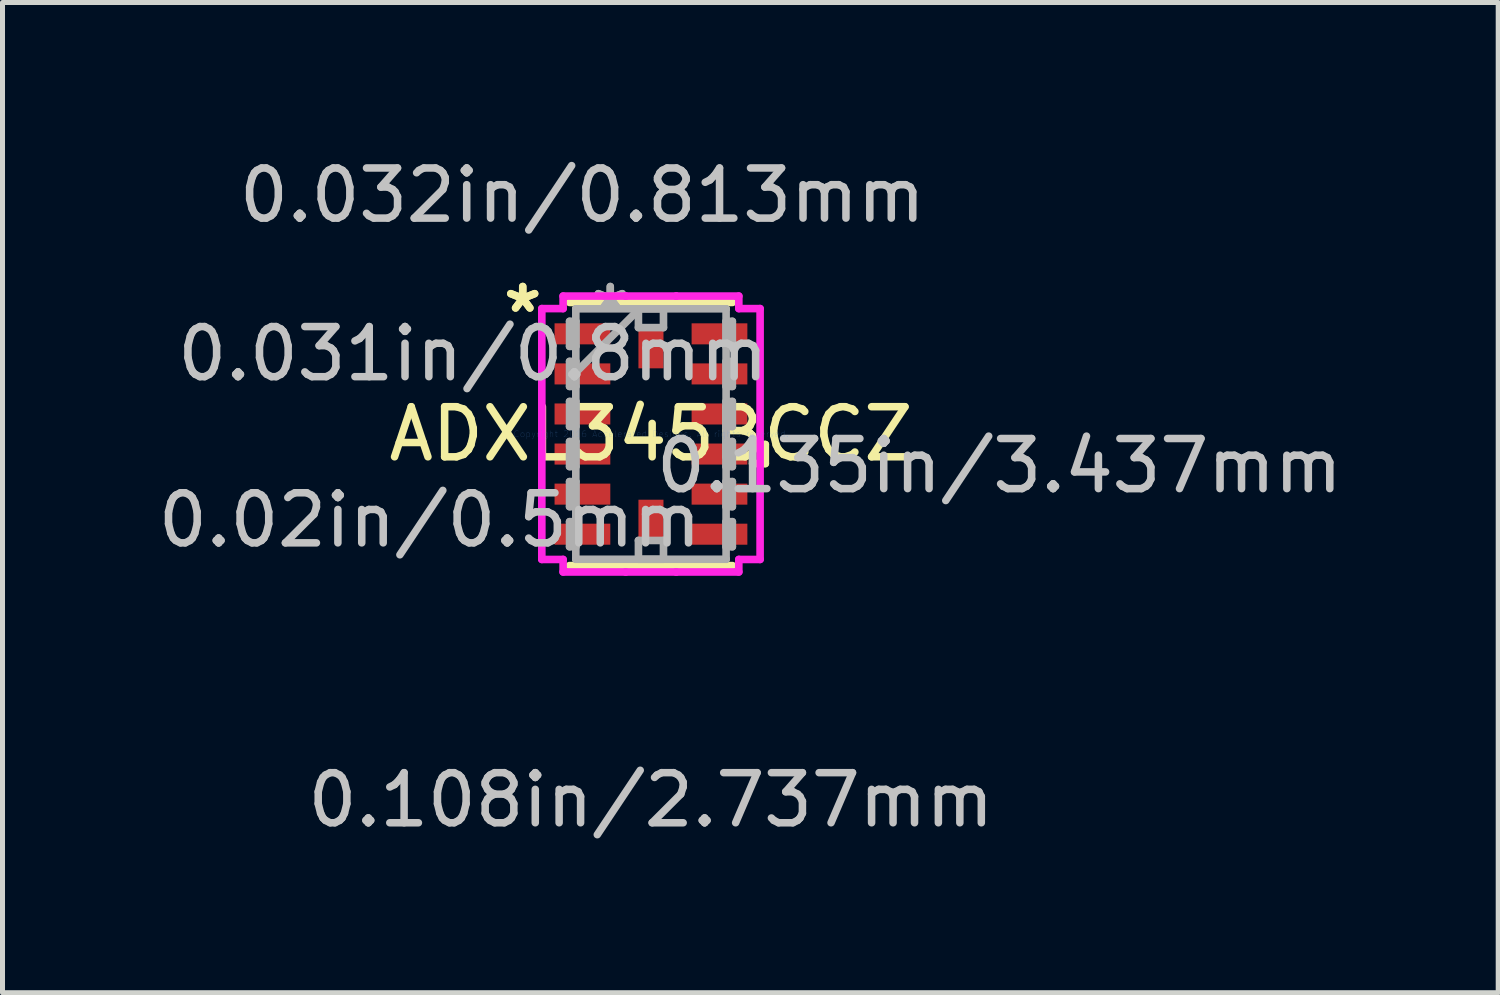
<source format=kicad_pcb>
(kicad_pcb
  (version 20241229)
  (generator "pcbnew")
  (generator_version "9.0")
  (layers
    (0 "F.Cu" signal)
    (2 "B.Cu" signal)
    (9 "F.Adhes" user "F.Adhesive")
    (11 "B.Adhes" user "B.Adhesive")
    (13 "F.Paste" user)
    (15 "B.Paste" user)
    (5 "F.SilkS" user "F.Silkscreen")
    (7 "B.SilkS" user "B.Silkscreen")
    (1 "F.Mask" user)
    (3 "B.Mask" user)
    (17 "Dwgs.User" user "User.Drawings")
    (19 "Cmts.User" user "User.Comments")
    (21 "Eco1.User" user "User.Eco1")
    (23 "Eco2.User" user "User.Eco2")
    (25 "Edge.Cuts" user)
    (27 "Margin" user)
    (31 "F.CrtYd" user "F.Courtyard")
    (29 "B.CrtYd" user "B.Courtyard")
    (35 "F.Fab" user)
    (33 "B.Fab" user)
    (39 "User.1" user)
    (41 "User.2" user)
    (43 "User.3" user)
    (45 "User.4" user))
  (footprint "ADXL345BCCZ"
    (layer "F.Cu")
    (at 9.946 5.615)
    (property "Reference" "ADXL345BCCZ" (at 0 0 0) (layer "F.SilkS") (effects (font (size 1 1) (thickness 0.15))))
    (attr through_hole)
    (fp_line (start -1.627 2.627) (end 1.627 2.627) (stroke (width 0.152) (type solid)) (layer "F.SilkS"))
    (fp_line (start 1.627 -2.627) (end -1.627 -2.627) (stroke (width 0.152) (type solid)) (layer "F.SilkS"))
    (fp_line (start 2.029 0.209) (end 2.283 0.209) (stroke (width 0.152) (type solid)) (layer "F.SilkS"))
    (fp_line (start 2.029 0.59) (end 2.029 0.209) (stroke (width 0.152) (type solid)) (layer "F.SilkS"))
    (fp_line (start 2.283 0.209) (end 2.283 0.59) (stroke (width 0.152) (type solid)) (layer "F.SilkS"))
    (fp_line (start 2.283 0.59) (end 2.029 0.59) (stroke (width 0.152) (type solid)) (layer "F.SilkS"))
    (fp_line (start -2.179 -2.504) (end -1.754 -2.504) (stroke (width 0.152) (type solid)) (layer "F.CrtYd"))
    (fp_line (start -2.179 2.504) (end -2.179 -2.504) (stroke (width 0.152) (type solid)) (layer "F.CrtYd"))
    (fp_line (start -1.754 -2.754) (end -0.504 -2.754) (stroke (width 0.152) (type solid)) (layer "F.CrtYd"))
    (fp_line (start -1.754 -2.504) (end -1.754 -2.754) (stroke (width 0.152) (type solid)) (layer "F.CrtYd"))
    (fp_line (start -1.754 2.504) (end -2.179 2.504) (stroke (width 0.152) (type solid)) (layer "F.CrtYd"))
    (fp_line (start -1.754 2.754) (end -1.754 2.504) (stroke (width 0.152) (type solid)) (layer "F.CrtYd"))
    (fp_line (start -0.504 -2.754) (end -0.504 -2.754) (stroke (width 0.152) (type solid)) (layer "F.CrtYd"))
    (fp_line (start -0.504 -2.754) (end 0.504 -2.754) (stroke (width 0.152) (type solid)) (layer "F.CrtYd"))
    (fp_line (start -0.504 2.754) (end -1.754 2.754) (stroke (width 0.152) (type solid)) (layer "F.CrtYd"))
    (fp_line (start -0.504 2.754) (end -0.504 2.754) (stroke (width 0.152) (type solid)) (layer "F.CrtYd"))
    (fp_line (start 0.504 -2.754) (end 0.504 -2.754) (stroke (width 0.152) (type solid)) (layer "F.CrtYd"))
    (fp_line (start 0.504 -2.754) (end 1.754 -2.754) (stroke (width 0.152) (type solid)) (layer "F.CrtYd"))
    (fp_line (start 0.504 2.754) (end -0.504 2.754) (stroke (width 0.152) (type solid)) (layer "F.CrtYd"))
    (fp_line (start 0.504 2.754) (end 0.504 2.754) (stroke (width 0.152) (type solid)) (layer "F.CrtYd"))
    (fp_line (start 1.754 -2.754) (end 1.754 -2.504) (stroke (width 0.152) (type solid)) (layer "F.CrtYd"))
    (fp_line (start 1.754 -2.504) (end 2.179 -2.504) (stroke (width 0.152) (type solid)) (layer "F.CrtYd"))
    (fp_line (start 1.754 2.504) (end 1.754 2.754) (stroke (width 0.152) (type solid)) (layer "F.CrtYd"))
    (fp_line (start 1.754 2.754) (end 0.504 2.754) (stroke (width 0.152) (type solid)) (layer "F.CrtYd"))
    (fp_line (start 2.179 -2.504) (end 2.179 2.504) (stroke (width 0.152) (type solid)) (layer "F.CrtYd"))
    (fp_line (start 2.179 2.504) (end 1.754 2.504) (stroke (width 0.152) (type solid)) (layer "F.CrtYd"))
    (fp_line (start -1.625 -2.25) (end -1.625 -1.75) (stroke (width 0.152) (type solid)) (layer "F.Fab"))
    (fp_line (start -1.625 -1.75) (end -1.5 -1.75) (stroke (width 0.152) (type solid)) (layer "F.Fab"))
    (fp_line (start -1.625 -1.45) (end -1.625 -0.95) (stroke (width 0.152) (type solid)) (layer "F.Fab"))
    (fp_line (start -1.625 -0.95) (end -1.5 -0.95) (stroke (width 0.152) (type solid)) (layer "F.Fab"))
    (fp_line (start -1.625 -0.65) (end -1.625 -0.15) (stroke (width 0.152) (type solid)) (layer "F.Fab"))
    (fp_line (start -1.625 -0.15) (end -1.5 -0.15) (stroke (width 0.152) (type solid)) (layer "F.Fab"))
    (fp_line (start -1.625 0.15) (end -1.625 0.65) (stroke (width 0.152) (type solid)) (layer "F.Fab"))
    (fp_line (start -1.625 0.65) (end -1.5 0.65) (stroke (width 0.152) (type solid)) (layer "F.Fab"))
    (fp_line (start -1.625 0.95) (end -1.625 1.45) (stroke (width 0.152) (type solid)) (layer "F.Fab"))
    (fp_line (start -1.625 1.45) (end -1.5 1.45) (stroke (width 0.152) (type solid)) (layer "F.Fab"))
    (fp_line (start -1.625 1.75) (end -1.625 2.25) (stroke (width 0.152) (type solid)) (layer "F.Fab"))
    (fp_line (start -1.625 2.25) (end -1.5 2.25) (stroke (width 0.152) (type solid)) (layer "F.Fab"))
    (fp_line (start -1.5 -2.5) (end -1.5 -2.5) (stroke (width 0.152) (type solid)) (layer "F.Fab"))
    (fp_line (start -1.5 -2.5) (end -1.5 2.5) (stroke (width 0.152) (type solid)) (layer "F.Fab"))
    (fp_line (start -1.5 -2.25) (end -1.625 -2.25) (stroke (width 0.152) (type solid)) (layer "F.Fab"))
    (fp_line (start -1.5 -1.75) (end -1.5 -2.25) (stroke (width 0.152) (type solid)) (layer "F.Fab"))
    (fp_line (start -1.5 -1.45) (end -1.625 -1.45) (stroke (width 0.152) (type solid)) (layer "F.Fab"))
    (fp_line (start -1.5 -1.23) (end -0.23 -2.5) (stroke (width 0.152) (type solid)) (layer "F.Fab"))
    (fp_line (start -1.5 -0.95) (end -1.5 -1.45) (stroke (width 0.152) (type solid)) (layer "F.Fab"))
    (fp_line (start -1.5 -0.65) (end -1.625 -0.65) (stroke (width 0.152) (type solid)) (layer "F.Fab"))
    (fp_line (start -1.5 -0.15) (end -1.5 -0.65) (stroke (width 0.152) (type solid)) (layer "F.Fab"))
    (fp_line (start -1.5 0.15) (end -1.625 0.15) (stroke (width 0.152) (type solid)) (layer "F.Fab"))
    (fp_line (start -1.5 0.65) (end -1.5 0.15) (stroke (width 0.152) (type solid)) (layer "F.Fab"))
    (fp_line (start -1.5 0.95) (end -1.625 0.95) (stroke (width 0.152) (type solid)) (layer "F.Fab"))
    (fp_line (start -1.5 1.45) (end -1.5 0.95) (stroke (width 0.152) (type solid)) (layer "F.Fab"))
    (fp_line (start -1.5 1.75) (end -1.625 1.75) (stroke (width 0.152) (type solid)) (layer "F.Fab"))
    (fp_line (start -1.5 2.25) (end -1.5 1.75) (stroke (width 0.152) (type solid)) (layer "F.Fab"))
    (fp_line (start -1.5 2.5) (end -1.5 2.5) (stroke (width 0.152) (type solid)) (layer "F.Fab"))
    (fp_line (start -1.5 2.5) (end 1.5 2.5) (stroke (width 0.152) (type solid)) (layer "F.Fab"))
    (fp_line (start -0.25 -2.5) (end 0.25 -2.5) (stroke (width 0.152) (type solid)) (layer "F.Fab"))
    (fp_line (start -0.25 -2.125) (end -0.25 -2.5) (stroke (width 0.152) (type solid)) (layer "F.Fab"))
    (fp_line (start -0.25 2.125) (end 0.25 2.125) (stroke (width 0.152) (type solid)) (layer "F.Fab"))
    (fp_line (start -0.25 2.5) (end -0.25 2.125) (stroke (width 0.152) (type solid)) (layer "F.Fab"))
    (fp_line (start 0.25 -2.5) (end 0.25 -2.125) (stroke (width 0.152) (type solid)) (layer "F.Fab"))
    (fp_line (start 0.25 -2.125) (end -0.25 -2.125) (stroke (width 0.152) (type solid)) (layer "F.Fab"))
    (fp_line (start 0.25 2.125) (end 0.25 2.5) (stroke (width 0.152) (type solid)) (layer "F.Fab"))
    (fp_line (start 0.25 2.5) (end -0.25 2.5) (stroke (width 0.152) (type solid)) (layer "F.Fab"))
    (fp_line (start 1.5 -2.5) (end -1.5 -2.5) (stroke (width 0.152) (type solid)) (layer "F.Fab"))
    (fp_line (start 1.5 -2.5) (end 1.5 -2.5) (stroke (width 0.152) (type solid)) (layer "F.Fab"))
    (fp_line (start 1.5 -2.25) (end 1.5 -1.75) (stroke (width 0.152) (type solid)) (layer "F.Fab"))
    (fp_line (start 1.5 -1.75) (end 1.625 -1.75) (stroke (width 0.152) (type solid)) (layer "F.Fab"))
    (fp_line (start 1.5 -1.45) (end 1.5 -0.95) (stroke (width 0.152) (type solid)) (layer "F.Fab"))
    (fp_line (start 1.5 -0.95) (end 1.625 -0.95) (stroke (width 0.152) (type solid)) (layer "F.Fab"))
    (fp_line (start 1.5 -0.65) (end 1.5 -0.15) (stroke (width 0.152) (type solid)) (layer "F.Fab"))
    (fp_line (start 1.5 -0.15) (end 1.625 -0.15) (stroke (width 0.152) (type solid)) (layer "F.Fab"))
    (fp_line (start 1.5 0.15) (end 1.5 0.65) (stroke (width 0.152) (type solid)) (layer "F.Fab"))
    (fp_line (start 1.5 0.65) (end 1.625 0.65) (stroke (width 0.152) (type solid)) (layer "F.Fab"))
    (fp_line (start 1.5 0.95) (end 1.5 1.45) (stroke (width 0.152) (type solid)) (layer "F.Fab"))
    (fp_line (start 1.5 1.45) (end 1.625 1.45) (stroke (width 0.152) (type solid)) (layer "F.Fab"))
    (fp_line (start 1.5 1.75) (end 1.5 2.25) (stroke (width 0.152) (type solid)) (layer "F.Fab"))
    (fp_line (start 1.5 2.25) (end 1.625 2.25) (stroke (width 0.152) (type solid)) (layer "F.Fab"))
    (fp_line (start 1.5 2.5) (end 1.5 -2.5) (stroke (width 0.152) (type solid)) (layer "F.Fab"))
    (fp_line (start 1.5 2.5) (end 1.5 2.5) (stroke (width 0.152) (type solid)) (layer "F.Fab"))
    (fp_line (start 1.625 -2.25) (end 1.5 -2.25) (stroke (width 0.152) (type solid)) (layer "F.Fab"))
    (fp_line (start 1.625 -1.75) (end 1.625 -2.25) (stroke (width 0.152) (type solid)) (layer "F.Fab"))
    (fp_line (start 1.625 -1.45) (end 1.5 -1.45) (stroke (width 0.152) (type solid)) (layer "F.Fab"))
    (fp_line (start 1.625 -0.95) (end 1.625 -1.45) (stroke (width 0.152) (type solid)) (layer "F.Fab"))
    (fp_line (start 1.625 -0.65) (end 1.5 -0.65) (stroke (width 0.152) (type solid)) (layer "F.Fab"))
    (fp_line (start 1.625 -0.15) (end 1.625 -0.65) (stroke (width 0.152) (type solid)) (layer "F.Fab"))
    (fp_line (start 1.625 0.15) (end 1.5 0.15) (stroke (width 0.152) (type solid)) (layer "F.Fab"))
    (fp_line (start 1.625 0.65) (end 1.625 0.15) (stroke (width 0.152) (type solid)) (layer "F.Fab"))
    (fp_line (start 1.625 0.95) (end 1.5 0.95) (stroke (width 0.152) (type solid)) (layer "F.Fab"))
    (fp_line (start 1.625 1.45) (end 1.625 0.95) (stroke (width 0.152) (type solid)) (layer "F.Fab"))
    (fp_line (start 1.625 1.75) (end 1.5 1.75) (stroke (width 0.152) (type solid)) (layer "F.Fab"))
    (fp_line (start 1.625 2.25) (end 1.625 1.75) (stroke (width 0.152) (type solid)) (layer "F.Fab"))
    (fp_text user "*" (at -2.56 -2.4 0) (layer "F.SilkS") (effects (font (size 1 1) (thickness 0.15))))
    (fp_text user "*" (at -2.56 -2.4 0) (layer "F.SilkS") (effects (font (size 1 1) (thickness 0.15))))
    (fp_text user "0.031in/0.8mm" (at -3.553 -1.6 0) (layer "Dwgs.User") (effects (font (size 1 1) (thickness 0.15))))
    (fp_text user "0.108in/2.737mm" (at 0 7.306 0) (layer "Dwgs.User") (effects (font (size 1 1) (thickness 0.15))))
    (fp_text user "0.135in/3.437mm" (at 6.957 0.635 0) (layer "Dwgs.User") (effects (font (size 1 1) (thickness 0.15))))
    (fp_text user "0.032in/0.813mm" (at -1.369 -4.766 0) (layer "Dwgs.User") (effects (font (size 1 1) (thickness 0.15))))
    (fp_text user "0.02in/0.5mm" (at -4.417 1.718 0) (layer "Dwgs.User") (effects (font (size 1 1) (thickness 0.15))))
    (fp_text user "Copyright 2016 Accelerated Designs. All rights reserved." (at 0 0 0) (layer "Cmts.User") (effects (font (size 0.127 0.127) (thickness 0.002))))
    (fp_text user "*" (at -0.812 -2.4 0) (layer "F.Fab") (effects (font (size 1 1) (thickness 0.15))))
    (fp_text user "*" (at -0.812 -2.4 0) (layer "F.Fab") (effects (font (size 1 1) (thickness 0.15))))
    (pad "1" smd rect (at -1.368 -2 90) (size 0.42 1.113) (layers "F.Cu" "F.Mask" "F.Paste"))
    (pad "2" smd rect (at -1.368 -1.2 90) (size 0.42 1.113) (layers "F.Cu" "F.Mask" "F.Paste"))
    (pad "3" smd rect (at -1.368 -0.4 90) (size 0.42 1.113) (layers "F.Cu" "F.Mask" "F.Paste"))
    (pad "4" smd rect (at -1.368 0.4 90) (size 0.42 1.113) (layers "F.Cu" "F.Mask" "F.Paste"))
    (pad "5" smd rect (at -1.368 1.2 90) (size 0.42 1.113) (layers "F.Cu" "F.Mask" "F.Paste"))
    (pad "6" smd rect (at -1.368 2 90) (size 0.42 1.113) (layers "F.Cu" "F.Mask" "F.Paste"))
    (pad "7" smd rect (at 0 1.718) (size 0.5 0.813) (layers "F.Cu" "F.Mask" "F.Paste"))
    (pad "8" smd rect (at 1.368 2 90) (size 0.42 1.113) (layers "F.Cu" "F.Mask" "F.Paste"))
    (pad "9" smd rect (at 1.368 1.2 90) (size 0.42 1.113) (layers "F.Cu" "F.Mask" "F.Paste"))
    (pad "10" smd rect (at 1.368 0.4 90) (size 0.42 1.113) (layers "F.Cu" "F.Mask" "F.Paste"))
    (pad "11" smd rect (at 1.368 -0.4 90) (size 0.42 1.113) (layers "F.Cu" "F.Mask" "F.Paste"))
    (pad "12" smd rect (at 1.368 -1.2 90) (size 0.42 1.113) (layers "F.Cu" "F.Mask" "F.Paste"))
    (pad "13" smd rect (at 1.368 -2 90) (size 0.42 1.113) (layers "F.Cu" "F.Mask" "F.Paste"))
    (pad "14" smd rect (at 0 -1.718) (size 0.5 0.813) (layers "F.Cu" "F.Mask" "F.Paste")))
  (gr_rect
    (start -3 -3)
    (end 26.861 16.769)
    (stroke (width 0.1) (type default))
    (fill no)
    (layer "Edge.Cuts")))
</source>
